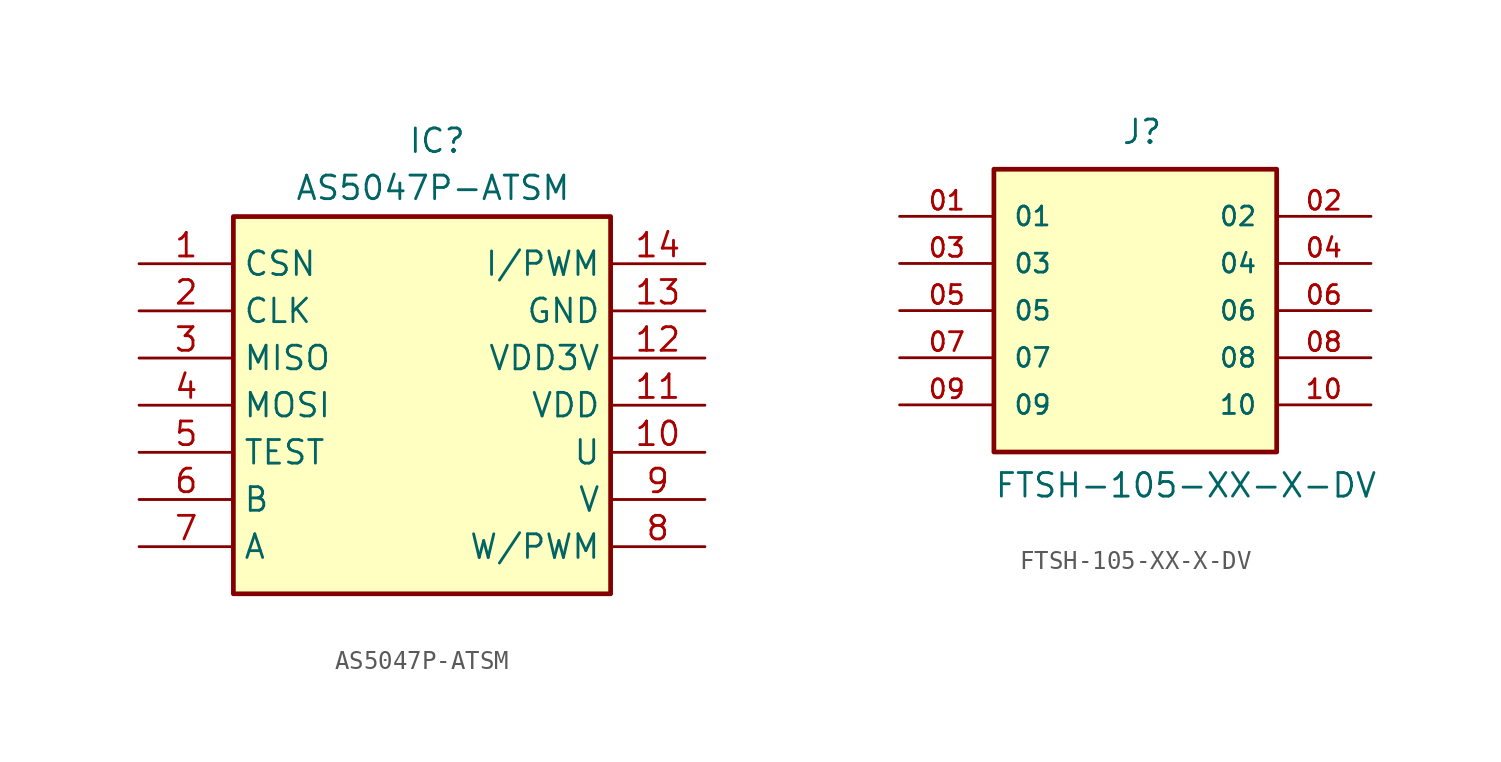
<source format=kicad_sym>
(kicad_symbol_lib
  (version 20241209)
  (generator "kicad_symbol_editor")
  (generator_version "9.0")
  (symbol "AS5047P-ATSM"
    (property "Reference" "IC"
      (at -0.762 14.986 0)
      (effects (font (size 1.27 1.27)) (justify left top)))
    (property "Value" "AS5047P-ATSM"
      (at -6.858 12.446 0)
      (effects (font (size 1.27 1.27)) (justify left top)))
    (symbol "AS5047P-ATSM_1_1"
      (rectangle (start -10.16 10.16) (end 10.16 -10.16) (stroke (width 0.254) (type default)) (fill (type background)))
      (pin passive line (at -15.24 7.62 0) (length 5.08) (name "CSN" (effects (font (size 1.27 1.27)))) (number "1" (effects (font (size 1.27 1.27)))))
      (pin passive line (at -15.24 5.08 0) (length 5.08) (name "CLK" (effects (font (size 1.27 1.27)))) (number "2" (effects (font (size 1.27 1.27)))))
      (pin passive line (at -15.24 2.54 0) (length 5.08) (name "MISO" (effects (font (size 1.27 1.27)))) (number "3" (effects (font (size 1.27 1.27)))))
      (pin passive line (at -15.24 0 0) (length 5.08) (name "MOSI" (effects (font (size 1.27 1.27)))) (number "4" (effects (font (size 1.27 1.27)))))
      (pin passive line (at -15.24 -2.54 0) (length 5.08) (name "TEST" (effects (font (size 1.27 1.27)))) (number "5" (effects (font (size 1.27 1.27)))))
      (pin passive line (at -15.24 -5.08 0) (length 5.08) (name "B" (effects (font (size 1.27 1.27)))) (number "6" (effects (font (size 1.27 1.27)))))
      (pin passive line (at -15.24 -7.62 0) (length 5.08) (name "A" (effects (font (size 1.27 1.27)))) (number "7" (effects (font (size 1.27 1.27)))))
      (pin passive line (at 15.24 7.62 180) (length 5.08) (name "I/PWM" (effects (font (size 1.27 1.27)))) (number "14" (effects (font (size 1.27 1.27)))))
      (pin passive line (at 15.24 5.08 180) (length 5.08) (name "GND" (effects (font (size 1.27 1.27)))) (number "13" (effects (font (size 1.27 1.27)))))
      (pin passive line (at 15.24 2.54 180) (length 5.08) (name "VDD3V" (effects (font (size 1.27 1.27)))) (number "12" (effects (font (size 1.27 1.27)))))
      (pin passive line (at 15.24 0 180) (length 5.08) (name "VDD" (effects (font (size 1.27 1.27)))) (number "11" (effects (font (size 1.27 1.27)))))
      (pin passive line (at 15.24 -2.54 180) (length 5.08) (name "U" (effects (font (size 1.27 1.27)))) (number "10" (effects (font (size 1.27 1.27)))))
      (pin passive line (at 15.24 -5.08 180) (length 5.08) (name "V" (effects (font (size 1.27 1.27)))) (number "9" (effects (font (size 1.27 1.27)))))
      (pin passive line (at 15.24 -7.62 180) (length 5.08) (name "W/PWM" (effects (font (size 1.27 1.27)))) (number "8" (effects (font (size 1.27 1.27)))))))
  (symbol "FTSH-105-XX-X-DV"
    (pin_names
      (offset 1.016))
    (property "Reference" "J"
      (at -0.762 8.89 0)
      (effects (font (size 1.27 1.27)) (justify left bottom)))
    (property "Value" "FTSH-105-XX-X-DV"
      (at -7.62 -10.16 0)
      (effects (font (size 1.27 1.27)) (justify left bottom)))
    (symbol "FTSH-105-XX-X-DV_0_0"
      (rectangle (start -7.62 -7.62) (end 7.62 7.62) (stroke (width 0.254) (type default)) (fill (type background)))
      (pin passive line (at -12.7 5.08 0) (length 5.08) (name "01" (effects (font (size 1.016 1.016)))) (number "01" (effects (font (size 1.016 1.016)))))
      (pin passive line (at -12.7 2.54 0) (length 5.08) (name "03" (effects (font (size 1.016 1.016)))) (number "03" (effects (font (size 1.016 1.016)))))
      (pin passive line (at -12.7 0 0) (length 5.08) (name "05" (effects (font (size 1.016 1.016)))) (number "05" (effects (font (size 1.016 1.016)))))
      (pin passive line (at -12.7 -2.54 0) (length 5.08) (name "07" (effects (font (size 1.016 1.016)))) (number "07" (effects (font (size 1.016 1.016)))))
      (pin passive line (at -12.7 -5.08 0) (length 5.08) (name "09" (effects (font (size 1.016 1.016)))) (number "09" (effects (font (size 1.016 1.016)))))
      (pin passive line (at 12.7 5.08 180) (length 5.08) (name "02" (effects (font (size 1.016 1.016)))) (number "02" (effects (font (size 1.016 1.016)))))
      (pin passive line (at 12.7 2.54 180) (length 5.08) (name "04" (effects (font (size 1.016 1.016)))) (number "04" (effects (font (size 1.016 1.016)))))
      (pin passive line (at 12.7 0 180) (length 5.08) (name "06" (effects (font (size 1.016 1.016)))) (number "06" (effects (font (size 1.016 1.016)))))
      (pin passive line (at 12.7 -2.54 180) (length 5.08) (name "08" (effects (font (size 1.016 1.016)))) (number "08" (effects (font (size 1.016 1.016)))))
      (pin passive line (at 12.7 -5.08 180) (length 5.08) (name "10" (effects (font (size 1.016 1.016)))) (number "10" (effects (font (size 1.016 1.016))))))))
</source>
